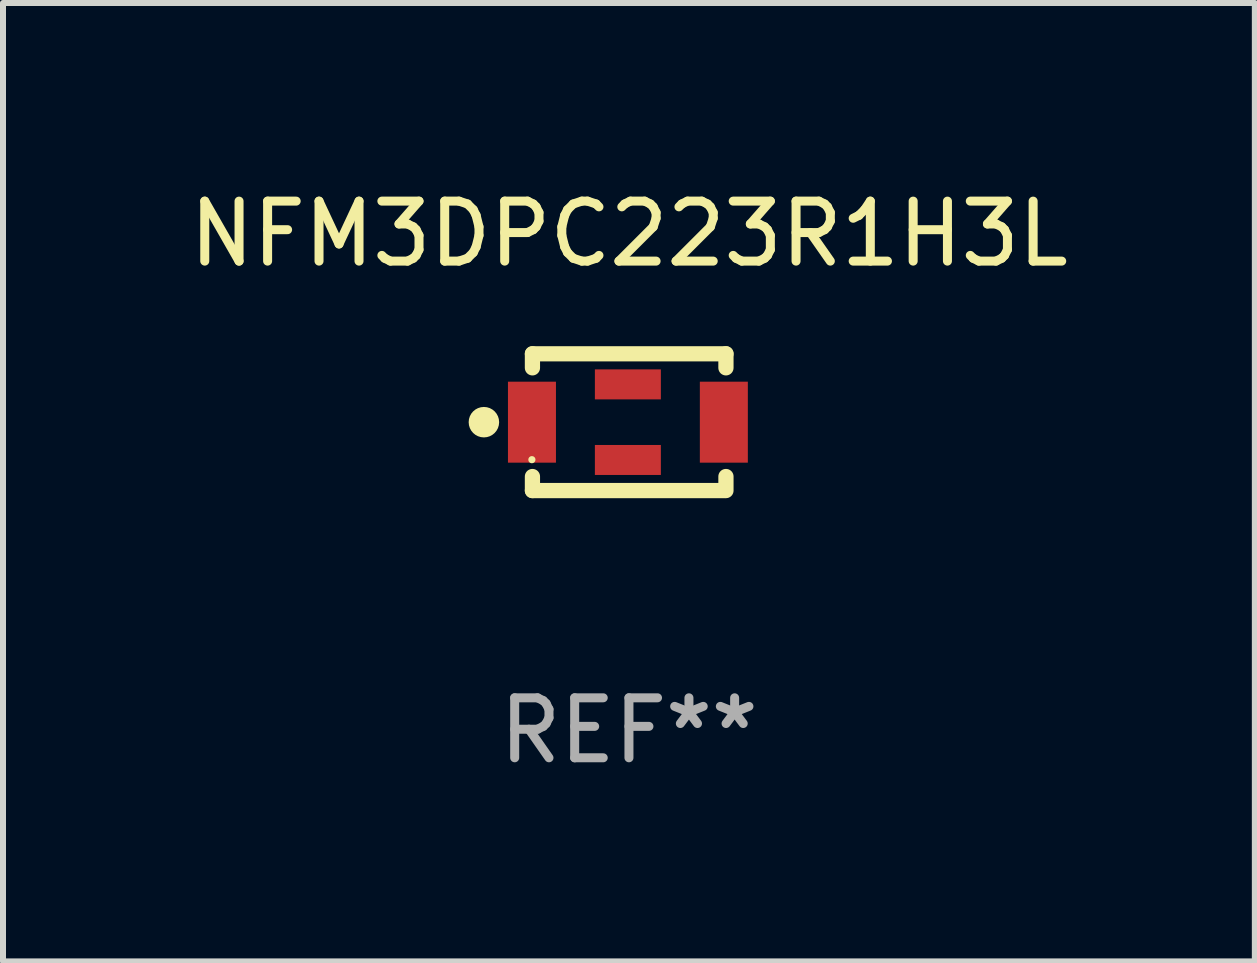
<source format=kicad_pcb>
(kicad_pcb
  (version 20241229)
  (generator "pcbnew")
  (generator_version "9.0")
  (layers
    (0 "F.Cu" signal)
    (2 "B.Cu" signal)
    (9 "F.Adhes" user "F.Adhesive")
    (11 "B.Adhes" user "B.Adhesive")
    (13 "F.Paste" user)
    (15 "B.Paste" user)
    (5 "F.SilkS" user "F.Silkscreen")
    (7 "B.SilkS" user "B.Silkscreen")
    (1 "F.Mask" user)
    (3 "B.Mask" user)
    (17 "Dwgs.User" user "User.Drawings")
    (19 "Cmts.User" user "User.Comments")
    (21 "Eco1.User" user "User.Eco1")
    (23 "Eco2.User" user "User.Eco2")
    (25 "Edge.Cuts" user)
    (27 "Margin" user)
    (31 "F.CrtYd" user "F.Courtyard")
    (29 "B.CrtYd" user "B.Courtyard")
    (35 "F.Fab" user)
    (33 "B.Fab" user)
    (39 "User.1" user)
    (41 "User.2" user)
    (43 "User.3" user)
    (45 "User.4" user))
  (footprint "NFM3DPC223R1H3L"
    (layer "F.Cu")
    (at 7.435 3.988)
    (property "Reference" "NFM3DPC223R1H3L" (at 0 -3.14 0) (layer "F.SilkS") (effects (font (size 1 1) (thickness 0.15))))
    (attr through_hole)
    (fp_line (start -1.609 -0.906) (end -1.609 -1.14) (stroke (width 0.254) (type solid)) (layer "F.SilkS"))
    (fp_line (start -1.609 1.14) (end -1.609 0.906) (stroke (width 0.254) (type solid)) (layer "F.SilkS"))
    (fp_line (start -1.609 1.14) (end 1.591 1.14) (stroke (width 0.254) (type solid)) (layer "F.SilkS"))
    (fp_line (start 1.617 -1.14) (end -1.609 -1.14) (stroke (width 0.254) (type solid)) (layer "F.SilkS"))
    (fp_line (start 1.617 -1.14) (end 1.617 -0.906) (stroke (width 0.254) (type solid)) (layer "F.SilkS"))
    (fp_line (start 1.617 0.906) (end 1.617 1.14) (stroke (width 0.254) (type solid)) (layer "F.SilkS"))
    (fp_circle (center -2.418 0) (end -2.291 0) (stroke (width 0.254) (type solid)) (fill no) (layer "F.SilkS"))
    (fp_circle (center -1.618 0.625) (end -1.588 0.625) (stroke (width 0.06) (type solid)) (fill no) (layer "F.SilkS"))
    (fp_text user "REF**" (at 0 5.14 0) (layer "F.Fab") (effects (font (size 1 1) (thickness 0.15))))
    (pad "1" smd rect (at -1.617 0 90) (size 1.35 0.8) (layers "F.Cu" "F.Mask" "F.Paste"))
    (pad "2" smd rect (at -0.018 -0.63 90) (size 0.5 1.1) (layers "F.Cu" "F.Mask" "F.Paste"))
    (pad "2" smd rect (at -0.018 0.63 180) (size 1.1 0.5) (layers "F.Cu" "F.Mask" "F.Paste"))
    (pad "3" smd rect (at 1.582 0 90) (size 1.35 0.8) (layers "F.Cu" "F.Mask" "F.Paste")))
  (gr_rect
    (start -3 -3)
    (end 17.869 12.977)
    (stroke (width 0.1) (type default))
    (fill no)
    (layer "Edge.Cuts")))
</source>
